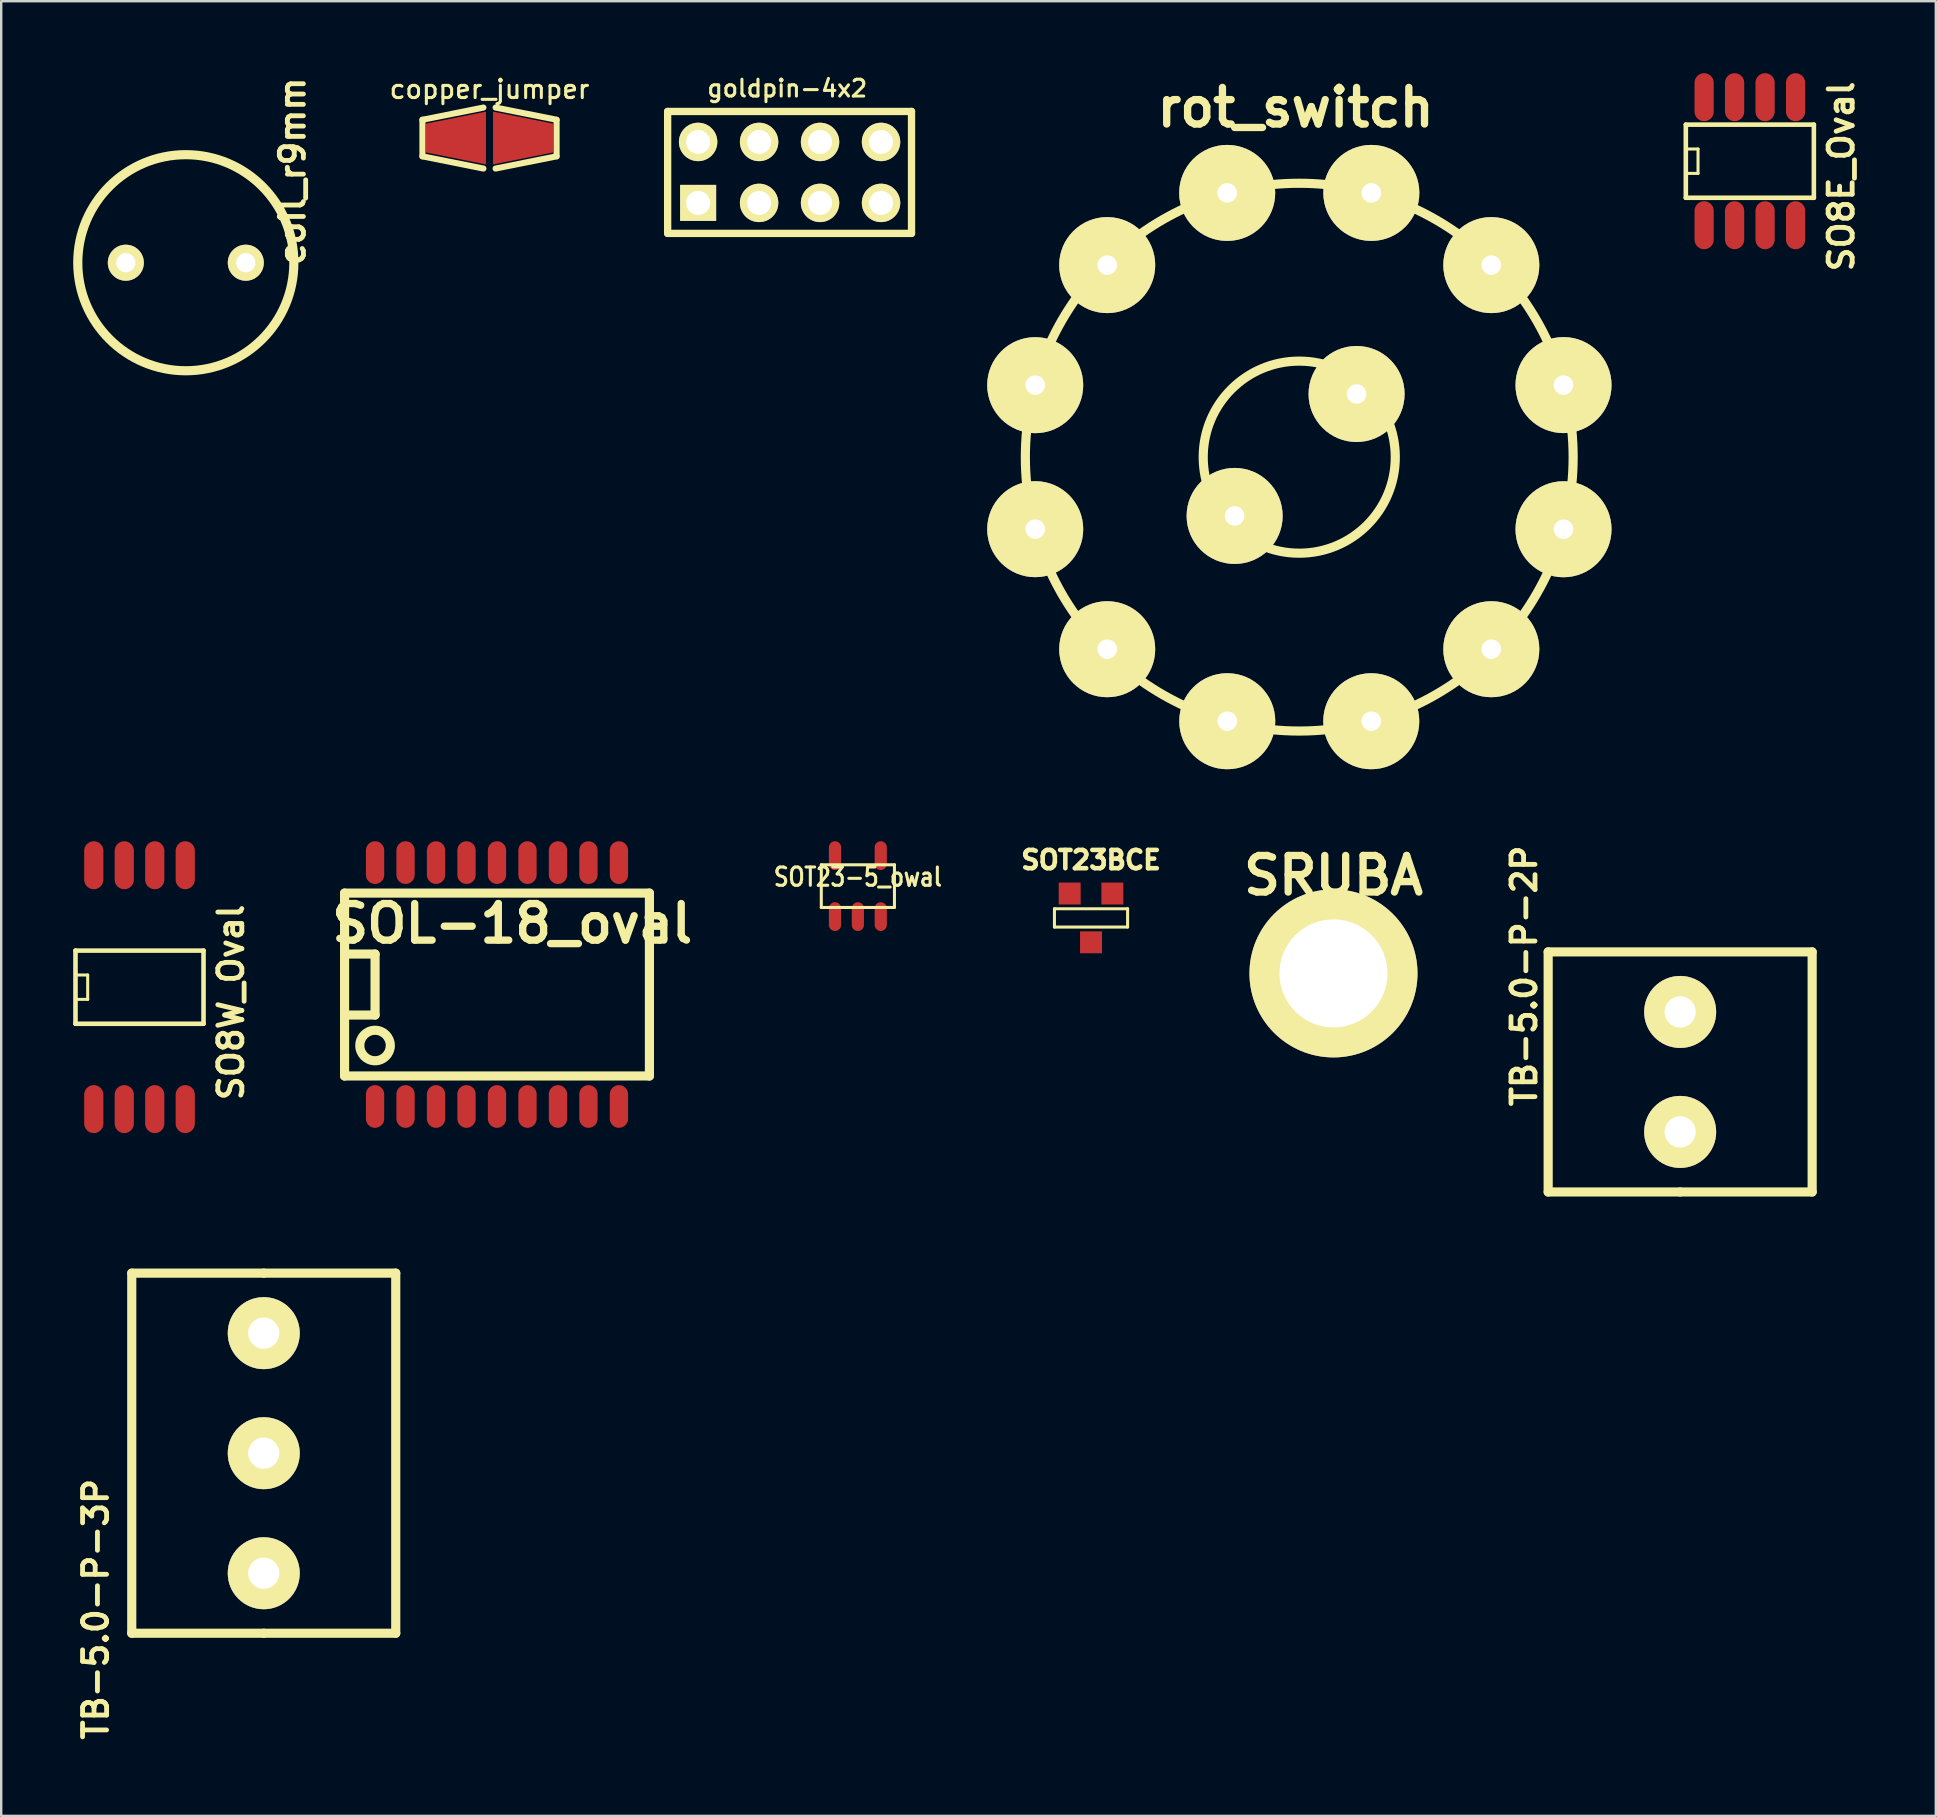
<source format=kicad_pcb>
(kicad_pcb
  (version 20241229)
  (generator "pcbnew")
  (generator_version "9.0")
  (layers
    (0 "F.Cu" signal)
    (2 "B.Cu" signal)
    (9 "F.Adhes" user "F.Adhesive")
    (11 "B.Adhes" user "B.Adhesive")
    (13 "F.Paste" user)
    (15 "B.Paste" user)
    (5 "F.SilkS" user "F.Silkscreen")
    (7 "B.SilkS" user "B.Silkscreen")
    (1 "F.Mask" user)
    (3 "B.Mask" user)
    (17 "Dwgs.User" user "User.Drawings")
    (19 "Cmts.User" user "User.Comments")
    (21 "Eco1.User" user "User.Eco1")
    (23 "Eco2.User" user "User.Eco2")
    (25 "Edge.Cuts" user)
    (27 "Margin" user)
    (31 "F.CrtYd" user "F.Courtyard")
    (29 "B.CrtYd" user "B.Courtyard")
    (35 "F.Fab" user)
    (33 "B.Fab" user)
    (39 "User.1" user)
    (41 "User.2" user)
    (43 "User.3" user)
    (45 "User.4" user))
  (footprint "goldpin-4x2"
    (layer "F.Cu")
    (at 29.844 4.133)
    (property "Reference" "goldpin-4x2" (at -0.099 -3.5 0) (layer "F.SilkS") (effects (font (size 0.701 0.701) (thickness 0.127))))
    (attr through_hole)
    (fp_line (start -5.08 -2.54) (end 5.08 -2.54) (stroke (width 0.305) (type solid)) (layer "F.SilkS"))
    (fp_line (start -5.08 2.54) (end -5.08 -2.54) (stroke (width 0.305) (type solid)) (layer "F.SilkS"))
    (fp_line (start 5.08 -2.54) (end 5.08 2.54) (stroke (width 0.305) (type solid)) (layer "F.SilkS"))
    (fp_line (start 5.08 2.54) (end -5.08 2.54) (stroke (width 0.305) (type solid)) (layer "F.SilkS"))
    (pad "1" thru_hole rect (at -3.81 1.27) (size 1.501 1.501) (drill 1.001) (layers "*.Cu" "*.Mask" "F.SilkS"))
    (pad "2" thru_hole circle (at -3.81 -1.27) (size 1.6 1.6) (drill 1.001) (layers "*.Cu" "*.Mask" "F.SilkS"))
    (pad "3" thru_hole circle (at -1.27 1.27) (size 1.6 1.6) (drill 1.001) (layers "*.Cu" "*.Mask" "F.SilkS"))
    (pad "4" thru_hole circle (at -1.27 -1.27) (size 1.6 1.6) (drill 1.001) (layers "*.Cu" "*.Mask" "F.SilkS"))
    (pad "5" thru_hole circle (at 1.27 1.27) (size 1.6 1.6) (drill 1.001) (layers "*.Cu" "*.Mask" "F.SilkS"))
    (pad "6" thru_hole circle (at 1.27 -1.27) (size 1.6 1.6) (drill 1.001) (layers "*.Cu" "*.Mask" "F.SilkS"))
    (pad "7" thru_hole circle (at 3.81 1.27) (size 1.6 1.6) (drill 1.001) (layers "*.Cu" "*.Mask" "F.SilkS"))
    (pad "8" thru_hole circle (at 3.81 -1.27) (size 1.6 1.6) (drill 1.001) (layers "*.Cu" "*.Mask" "F.SilkS")))
  (footprint "copper_jumper"
    (layer "F.Cu")
    (at 17.343 2.701)
    (property "Reference" "copper_jumper" (at 0 -2.032 0) (layer "F.SilkS") (effects (font (size 0.762 0.762) (thickness 0.127))))
    (attr smd)
    (fp_line (start -2.794 -0.762) (end -0.254 -1.27) (stroke (width 0.254) (type solid)) (layer "F.SilkS"))
    (fp_line (start -2.794 0.762) (end -2.794 -0.762) (stroke (width 0.254) (type solid)) (layer "F.SilkS"))
    (fp_line (start -0.254 1.27) (end -2.794 0.762) (stroke (width 0.254) (type solid)) (layer "F.SilkS"))
    (fp_line (start 0.254 -1.27) (end 2.794 -0.762) (stroke (width 0.254) (type solid)) (layer "F.SilkS"))
    (fp_line (start 2.794 -0.762) (end 2.794 0.762) (stroke (width 0.254) (type solid)) (layer "F.SilkS"))
    (fp_line (start 2.794 0.762) (end 0.254 1.27) (stroke (width 0.254) (type solid)) (layer "F.SilkS"))
    (pad "1" smd trapezoid (at -1.397 0) (size 2.499 1.699) (rect_delta -0.5 0) (layers "F.Cu" "F.Mask" "F.Paste"))
    (pad "2" smd trapezoid (at 1.397 0) (size 2.499 1.699) (rect_delta 0.5 0) (layers "F.Cu" "F.Mask" "F.Paste")))
  (footprint "coil_r9mm"
    (layer "F.Cu")
    (at 4.691 7.895)
    (property "Reference" "coil_r9mm" (at 4.445 -3.81 90) (layer "F.SilkS") (effects (font (size 1.001 1.001) (thickness 0.201))))
    (attr through_hole)
    (fp_circle (center 0 0) (end 0 -4.501) (stroke (width 0.381) (type solid)) (fill no) (layer "F.SilkS"))
    (pad "1" thru_hole circle (at -2.499 0) (size 1.501 1.501) (drill 0.8) (layers "*.Cu" "*.Mask" "F.SilkS"))
    (pad "2" thru_hole circle (at 2.499 0) (size 1.501 1.501) (drill 0.8) (layers "*.Cu" "*.Mask" "F.SilkS")))
  (footprint "SOT23-5_owal"
    (layer "F.Cu")
    (at 32.689 33.866)
    (property "Reference" "SOT23-5_owal" (at 0 -0.381 0) (layer "F.SilkS") (effects (font (size 0.762 0.635) (thickness 0.127))))
    (attr smd)
    (fp_line (start -1.524 -0.889) (end 1.524 -0.889) (stroke (width 0.127) (type solid)) (layer "F.SilkS"))
    (fp_line (start -1.524 0.889) (end -1.524 -0.889) (stroke (width 0.127) (type solid)) (layer "F.SilkS"))
    (fp_line (start 1.524 -0.889) (end 1.524 0.889) (stroke (width 0.127) (type solid)) (layer "F.SilkS"))
    (fp_line (start 1.524 0.889) (end -1.524 0.889) (stroke (width 0.127) (type solid)) (layer "F.SilkS"))
    (pad "1" smd oval (at -0.953 1.27) (size 0.508 1.199) (layers "F.Cu" "F.Mask" "F.Paste"))
    (pad "2" smd oval (at 0 1.27) (size 0.508 1.199) (layers "F.Cu" "F.Mask" "F.Paste"))
    (pad "3" smd oval (at 0.953 1.27) (size 0.508 1.199) (layers "F.Cu" "F.Mask" "F.Paste"))
    (pad "4" smd oval (at 0.953 -1.27) (size 0.508 1.199) (layers "F.Cu" "F.Mask" "F.Paste"))
    (pad "5" smd oval (at -0.953 -1.27) (size 0.508 1.199) (layers "F.Cu" "F.Mask" "F.Paste")))
  (footprint "SOL-18_oval"
    (layer "F.Cu")
    (at 18.29 37.966)
    (property "Reference" "SOL-18_oval" (at 0 -2.54 0) (layer "F.SilkS") (effects (font (size 1.524 1.524) (thickness 0.305))))
    (attr through_hole)
    (fp_line (start -6.985 -3.81) (end -6.985 3.81) (stroke (width 0.381) (type solid)) (layer "F.SilkS"))
    (fp_line (start -6.985 1.27) (end -5.715 1.27) (stroke (width 0.381) (type solid)) (layer "F.SilkS"))
    (fp_line (start -6.985 3.81) (end 5.715 3.81) (stroke (width 0.381) (type solid)) (layer "F.SilkS"))
    (fp_line (start -5.715 -1.27) (end -6.985 -1.27) (stroke (width 0.381) (type solid)) (layer "F.SilkS"))
    (fp_line (start -5.715 1.27) (end -5.715 -1.27) (stroke (width 0.381) (type solid)) (layer "F.SilkS"))
    (fp_line (start 5.715 -3.81) (end -6.985 -3.81) (stroke (width 0.381) (type solid)) (layer "F.SilkS"))
    (fp_line (start 5.715 3.81) (end 5.715 -3.81) (stroke (width 0.381) (type solid)) (layer "F.SilkS"))
    (fp_circle (center -5.715 2.54) (end -5.715 3.175) (stroke (width 0.381) (type solid)) (fill no) (layer "F.SilkS"))
    (pad "1" smd oval (at -5.715 5.08) (size 0.762 1.778) (layers "F.Cu" "F.Mask" "F.Paste"))
    (pad "2" smd oval (at -4.445 5.08) (size 0.762 1.778) (layers "F.Cu" "F.Mask" "F.Paste"))
    (pad "3" smd oval (at -3.175 5.08) (size 0.762 1.778) (layers "F.Cu" "F.Mask" "F.Paste"))
    (pad "4" smd oval (at -1.905 5.08) (size 0.762 1.778) (layers "F.Cu" "F.Mask" "F.Paste"))
    (pad "5" smd oval (at -0.635 5.08) (size 0.762 1.778) (layers "F.Cu" "F.Mask" "F.Paste"))
    (pad "6" smd oval (at 0.635 5.08) (size 0.762 1.778) (layers "F.Cu" "F.Mask" "F.Paste"))
    (pad "7" smd oval (at 1.905 5.08) (size 0.762 1.778) (layers "F.Cu" "F.Mask" "F.Paste"))
    (pad "8" smd oval (at 3.175 5.08) (size 0.762 1.778) (layers "F.Cu" "F.Mask" "F.Paste"))
    (pad "9" smd oval (at 4.445 5.08) (size 0.762 1.778) (layers "F.Cu" "F.Mask" "F.Paste"))
    (pad "10" smd oval (at 4.445 -5.08) (size 0.762 1.778) (layers "F.Cu" "F.Mask" "F.Paste"))
    (pad "11" smd oval (at 3.175 -5.08) (size 0.762 1.778) (layers "F.Cu" "F.Mask" "F.Paste"))
    (pad "12" smd oval (at 1.905 -5.08) (size 0.762 1.778) (layers "F.Cu" "F.Mask" "F.Paste"))
    (pad "13" smd oval (at 0.635 -5.08) (size 0.762 1.778) (layers "F.Cu" "F.Mask" "F.Paste"))
    (pad "14" smd oval (at -0.635 -5.08) (size 0.762 1.778) (layers "F.Cu" "F.Mask" "F.Paste"))
    (pad "15" smd oval (at -1.905 -5.08) (size 0.762 1.778) (layers "F.Cu" "F.Mask" "F.Paste"))
    (pad "16" smd oval (at -3.175 -5.08) (size 0.762 1.778) (layers "F.Cu" "F.Mask" "F.Paste"))
    (pad "17" smd oval (at -4.445 -5.08) (size 0.762 1.778) (layers "F.Cu" "F.Mask" "F.Paste"))
    (pad "18" smd oval (at -5.715 -5.08) (size 0.762 1.778) (layers "F.Cu" "F.Mask" "F.Paste")))
  (footprint "rot_switch"
    (layer "F.Cu")
    (at 50.925 15.904)
    (property "Reference" "rot_switch" (at 0 -14.478 0) (layer "F.SilkS") (effects (font (size 1.524 1.524) (thickness 0.305))))
    (attr through_hole)
    (fp_circle (center 0.152 0.091) (end 0.152 4.092) (stroke (width 0.381) (type solid)) (fill no) (layer "F.SilkS"))
    (fp_circle (center 0.152 0.091) (end 3.155 -10.917) (stroke (width 0.381) (type solid)) (fill no) (layer "F.SilkS"))
    (pad "1" thru_hole circle (at 3.152 11.092) (size 4 4) (drill 0.813) (layers "*.Cu" "*.Mask" "F.SilkS"))
    (pad "2" thru_hole circle (at 8.153 8.092) (size 4 4) (drill 0.813) (layers "*.Cu" "*.Mask" "F.SilkS"))
    (pad "3" thru_hole circle (at 11.161 3.094) (size 4 4) (drill 0.813) (layers "*.Cu" "*.Mask" "F.SilkS"))
    (pad "4" thru_hole circle (at 11.161 -2.911) (size 4 4) (drill 0.813) (layers "*.Cu" "*.Mask" "F.SilkS"))
    (pad "5" thru_hole circle (at 8.153 -7.91) (size 4 4) (drill 0.813) (layers "*.Cu" "*.Mask" "F.SilkS"))
    (pad "6" thru_hole circle (at 3.155 -10.917) (size 4 4) (drill 0.813) (layers "*.Cu" "*.Mask" "F.SilkS"))
    (pad "7" thru_hole circle (at -2.85 -10.917) (size 4 4) (drill 0.813) (layers "*.Cu" "*.Mask" "F.SilkS"))
    (pad "8" thru_hole circle (at -7.849 -7.91) (size 4 4) (drill 0.813) (layers "*.Cu" "*.Mask" "F.SilkS"))
    (pad "9" thru_hole circle (at -10.848 -2.908) (size 4 4) (drill 0.813) (layers "*.Cu" "*.Mask" "F.SilkS"))
    (pad "10" thru_hole circle (at -10.848 3.091) (size 4 4) (drill 0.813) (layers "*.Cu" "*.Mask" "F.SilkS"))
    (pad "11" thru_hole circle (at -7.849 8.092) (size 4 4) (drill 0.813) (layers "*.Cu" "*.Mask" "F.SilkS"))
    (pad "12" thru_hole circle (at -2.847 11.092) (size 4 4) (drill 0.813) (layers "*.Cu" "*.Mask" "F.SilkS"))
    (pad "13" thru_hole circle (at 2.54 -2.54) (size 4 4) (drill 0.813) (layers "*.Cu" "*.Mask" "F.SilkS"))
    (pad "14" thru_hole circle (at -2.54 2.54) (size 4 4) (drill 0.813) (layers "*.Cu" "*.Mask" "F.SilkS")))
  (footprint "SO8E_Oval"
    (layer "F.Cu")
    (at 69.849 3.666)
    (property "Reference" "SO8E_Oval" (at 3.81 0.635 90) (layer "F.SilkS") (effects (font (size 1.001 1.001) (thickness 0.201))))
    (attr smd)
    (fp_line (start -2.667 -1.524) (end 2.667 -1.524) (stroke (width 0.191) (type solid)) (layer "F.SilkS"))
    (fp_line (start -2.667 -0.508) (end -2.159 -0.508) (stroke (width 0.127) (type solid)) (layer "F.SilkS"))
    (fp_line (start -2.667 1.524) (end -2.667 -1.524) (stroke (width 0.191) (type solid)) (layer "F.SilkS"))
    (fp_line (start -2.159 -0.508) (end -2.159 0.508) (stroke (width 0.127) (type solid)) (layer "F.SilkS"))
    (fp_line (start -2.159 0.508) (end -2.667 0.508) (stroke (width 0.127) (type solid)) (layer "F.SilkS"))
    (fp_line (start 2.667 -1.524) (end 2.667 1.524) (stroke (width 0.191) (type solid)) (layer "F.SilkS"))
    (fp_line (start 2.667 1.524) (end -2.667 1.524) (stroke (width 0.191) (type solid)) (layer "F.SilkS"))
    (pad "1" smd oval (at -1.905 2.667) (size 0.8 1.999) (layers "F.Cu" "F.Mask" "F.Paste"))
    (pad "2" smd oval (at -0.635 2.667) (size 0.8 1.999) (layers "F.Cu" "F.Mask" "F.Paste"))
    (pad "3" smd oval (at 0.635 2.667) (size 0.8 1.999) (layers "F.Cu" "F.Mask" "F.Paste"))
    (pad "4" smd oval (at 1.905 2.667) (size 0.8 1.999) (layers "F.Cu" "F.Mask" "F.Paste"))
    (pad "5" smd oval (at 1.905 -2.667) (size 0.8 1.999) (layers "F.Cu" "F.Mask" "F.Paste"))
    (pad "6" smd oval (at 0.635 -2.667) (size 0.8 1.999) (layers "F.Cu" "F.Mask" "F.Paste"))
    (pad "7" smd oval (at -0.635 -2.667) (size 0.8 1.999) (layers "F.Cu" "F.Mask" "F.Paste"))
    (pad "8" smd oval (at -1.905 -2.667) (size 0.8 1.999) (layers "F.Cu" "F.Mask" "F.Paste")))
  (footprint "SOT23BCE"
    (layer "F.Cu")
    (at 42.402 35.19)
    (property "Reference" "SOT23BCE" (at 0 -2.413 0) (layer "F.SilkS") (effects (font (size 0.762 0.762) (thickness 0.191))))
    (attr smd)
    (fp_line (start -1.524 -0.381) (end 1.524 -0.381) (stroke (width 0.127) (type solid)) (layer "F.SilkS"))
    (fp_line (start -1.524 0.381) (end -1.524 -0.381) (stroke (width 0.127) (type solid)) (layer "F.SilkS"))
    (fp_line (start 1.524 -0.381) (end 1.524 0.381) (stroke (width 0.127) (type solid)) (layer "F.SilkS"))
    (fp_line (start 1.524 0.381) (end -1.524 0.381) (stroke (width 0.127) (type solid)) (layer "F.SilkS"))
    (pad "1" smd rect (at -0.889 -1.016) (size 0.914 0.914) (layers "F.Cu" "F.Mask" "F.Paste"))
    (pad "2" smd rect (at 0.889 -1.016) (size 0.914 0.914) (layers "F.Cu" "F.Mask" "F.Paste"))
    (pad "3" smd rect (at 0 1.016) (size 0.914 0.914) (layers "F.Cu" "F.Mask" "F.Paste")))
  (footprint "SRUBA"
    (layer "F.Cu")
    (at 52.503 38.503)
    (property "Reference" "SRUBA" (at 0 -5.08 0) (layer "F.SilkS") (effects (font (size 1.524 1.524) (thickness 0.305))))
    (attr through_hole)
    (pad "0" thru_hole circle (at 0 -1.001) (size 7 7) (drill 4.501) (layers "*.Cu" "*.Mask" "F.SilkS")))
  (footprint "TB-5.0-P-3P"
    (layer "F.Cu")
    (at 7.938 57.49)
    (property "Reference" "TB-5.0-P-3P" (at -7 6.5 90) (layer "F.SilkS") (effects (font (size 1.001 1.001) (thickness 0.201))))
    (attr through_hole)
    (fp_line (start -5.499 -7.501) (end 0 -7.501) (stroke (width 0.381) (type solid)) (layer "F.SilkS"))
    (fp_line (start -5.499 7.501) (end -5.499 -7.501) (stroke (width 0.381) (type solid)) (layer "F.SilkS"))
    (fp_line (start 0 -7.501) (end 5.499 -7.501) (stroke (width 0.381) (type solid)) (layer "F.SilkS"))
    (fp_line (start 0 7.501) (end -5.499 7.501) (stroke (width 0.381) (type solid)) (layer "F.SilkS"))
    (fp_line (start 5.499 -7.501) (end 5.499 7.501) (stroke (width 0.381) (type solid)) (layer "F.SilkS"))
    (fp_line (start 5.499 7.501) (end 0 7.501) (stroke (width 0.381) (type solid)) (layer "F.SilkS"))
    (pad "1" thru_hole circle (at 0 5.001 90) (size 3 3) (drill 1.3) (layers "*.Cu" "*.Mask" "F.SilkS"))
    (pad "2" thru_hole circle (at 0 0 90) (size 3 3) (drill 1.3) (layers "*.Cu" "*.Mask" "F.SilkS"))
    (pad "3" thru_hole circle (at 0 -5.001 90) (size 3 3) (drill 1.3) (layers "*.Cu" "*.Mask" "F.SilkS")))
  (footprint "SO8W_Oval"
    (layer "F.Cu")
    (at 2.762 38.076)
    (property "Reference" "SO8W_Oval" (at 3.81 0.635 90) (layer "F.SilkS") (effects (font (size 1.001 1.001) (thickness 0.201))))
    (attr smd)
    (fp_line (start -2.667 -1.524) (end 2.667 -1.524) (stroke (width 0.191) (type solid)) (layer "F.SilkS"))
    (fp_line (start -2.667 -0.508) (end -2.159 -0.508) (stroke (width 0.127) (type solid)) (layer "F.SilkS"))
    (fp_line (start -2.667 1.524) (end -2.667 -1.524) (stroke (width 0.191) (type solid)) (layer "F.SilkS"))
    (fp_line (start -2.159 -0.508) (end -2.159 0.508) (stroke (width 0.127) (type solid)) (layer "F.SilkS"))
    (fp_line (start -2.159 0.508) (end -2.667 0.508) (stroke (width 0.127) (type solid)) (layer "F.SilkS"))
    (fp_line (start 2.667 -1.524) (end 2.667 1.524) (stroke (width 0.191) (type solid)) (layer "F.SilkS"))
    (fp_line (start 2.667 1.524) (end -2.667 1.524) (stroke (width 0.191) (type solid)) (layer "F.SilkS"))
    (pad "1" smd oval (at -1.905 5.08) (size 0.8 1.999) (layers "F.Cu" "F.Mask" "F.Paste"))
    (pad "2" smd oval (at -0.635 5.08) (size 0.8 1.999) (layers "F.Cu" "F.Mask" "F.Paste"))
    (pad "3" smd oval (at 0.635 5.08) (size 0.8 1.999) (layers "F.Cu" "F.Mask" "F.Paste"))
    (pad "4" smd oval (at 1.905 5.08) (size 0.8 1.999) (layers "F.Cu" "F.Mask" "F.Paste"))
    (pad "5" smd oval (at 1.905 -5.08) (size 0.8 1.999) (layers "F.Cu" "F.Mask" "F.Paste"))
    (pad "6" smd oval (at 0.635 -5.08) (size 0.8 1.999) (layers "F.Cu" "F.Mask" "F.Paste"))
    (pad "7" smd oval (at -0.635 -5.08) (size 0.8 1.999) (layers "F.Cu" "F.Mask" "F.Paste"))
    (pad "8" smd oval (at -1.905 -5.08) (size 0.8 1.999) (layers "F.Cu" "F.Mask" "F.Paste")))
  (footprint "TB-5.0-P-2P"
    (layer "F.Cu")
    (at 66.946 41.607)
    (property "Reference" "TB-5.0-P-2P" (at -6.5 -4 90) (layer "F.SilkS") (effects (font (size 1.001 1.001) (thickness 0.201))))
    (attr through_hole)
    (fp_line (start -5.499 -5.001) (end -5.499 5.001) (stroke (width 0.381) (type solid)) (layer "F.SilkS"))
    (fp_line (start -5.499 5.001) (end 0 5.001) (stroke (width 0.381) (type solid)) (layer "F.SilkS"))
    (fp_line (start 0 5.001) (end 5.499 5.001) (stroke (width 0.381) (type solid)) (layer "F.SilkS"))
    (fp_line (start 5.499 -5.001) (end -5.499 -5.001) (stroke (width 0.381) (type solid)) (layer "F.SilkS"))
    (fp_line (start 5.499 5.001) (end 5.499 -5.001) (stroke (width 0.381) (type solid)) (layer "F.SilkS"))
    (pad "1" thru_hole circle (at 0 -2.499) (size 3 3) (drill 1.3) (layers "*.Cu" "*.Mask" "F.SilkS"))
    (pad "2" thru_hole circle (at 0 2.499) (size 3 3) (drill 1.3) (layers "*.Cu" "*.Mask" "F.SilkS")))
  (gr_rect
    (start -3 -3)
    (end 77.596 72.6)
    (stroke (width 0.1) (type default))
    (fill no)
    (layer "Edge.Cuts")))
</source>
